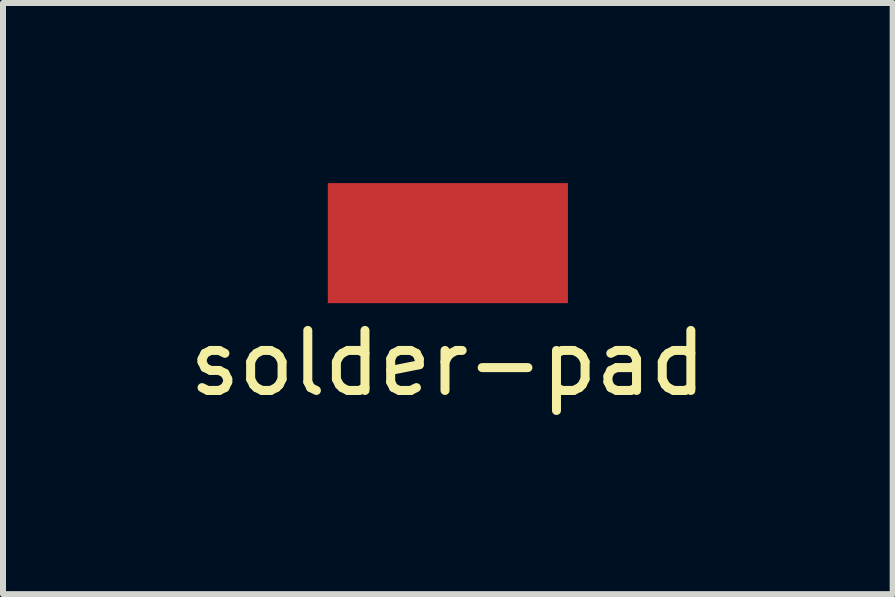
<source format=kicad_pcb>
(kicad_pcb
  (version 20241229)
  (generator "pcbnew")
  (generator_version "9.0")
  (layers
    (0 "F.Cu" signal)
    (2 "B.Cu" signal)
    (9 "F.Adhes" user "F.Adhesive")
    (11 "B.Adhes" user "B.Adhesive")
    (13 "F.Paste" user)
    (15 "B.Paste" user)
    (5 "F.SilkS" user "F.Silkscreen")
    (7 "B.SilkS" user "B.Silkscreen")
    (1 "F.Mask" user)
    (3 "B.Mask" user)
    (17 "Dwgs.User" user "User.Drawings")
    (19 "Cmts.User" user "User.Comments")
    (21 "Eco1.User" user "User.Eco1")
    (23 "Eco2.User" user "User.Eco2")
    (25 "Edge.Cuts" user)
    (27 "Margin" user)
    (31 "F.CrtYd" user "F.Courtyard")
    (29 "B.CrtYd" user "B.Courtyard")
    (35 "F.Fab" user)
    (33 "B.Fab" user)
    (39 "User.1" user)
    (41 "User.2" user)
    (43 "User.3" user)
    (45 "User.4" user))
  (footprint "solder-pad"
    (layer "F.Cu")
    (at 4.411 1)
    (property "Reference" "solder-pad" (at 0 2 0) (layer "F.SilkS") (effects (font (size 1 1) (thickness 0.15))))
    (attr through_hole)
    (pad "1" smd rect (at 0 0 90) (size 2 4) (layers "F.Cu" "F.Mask" "F.Paste")))
  (gr_rect
    (start -3 -3)
    (end 11.821 6.848)
    (stroke (width 0.1) (type default))
    (fill no)
    (layer "Edge.Cuts")))
</source>
